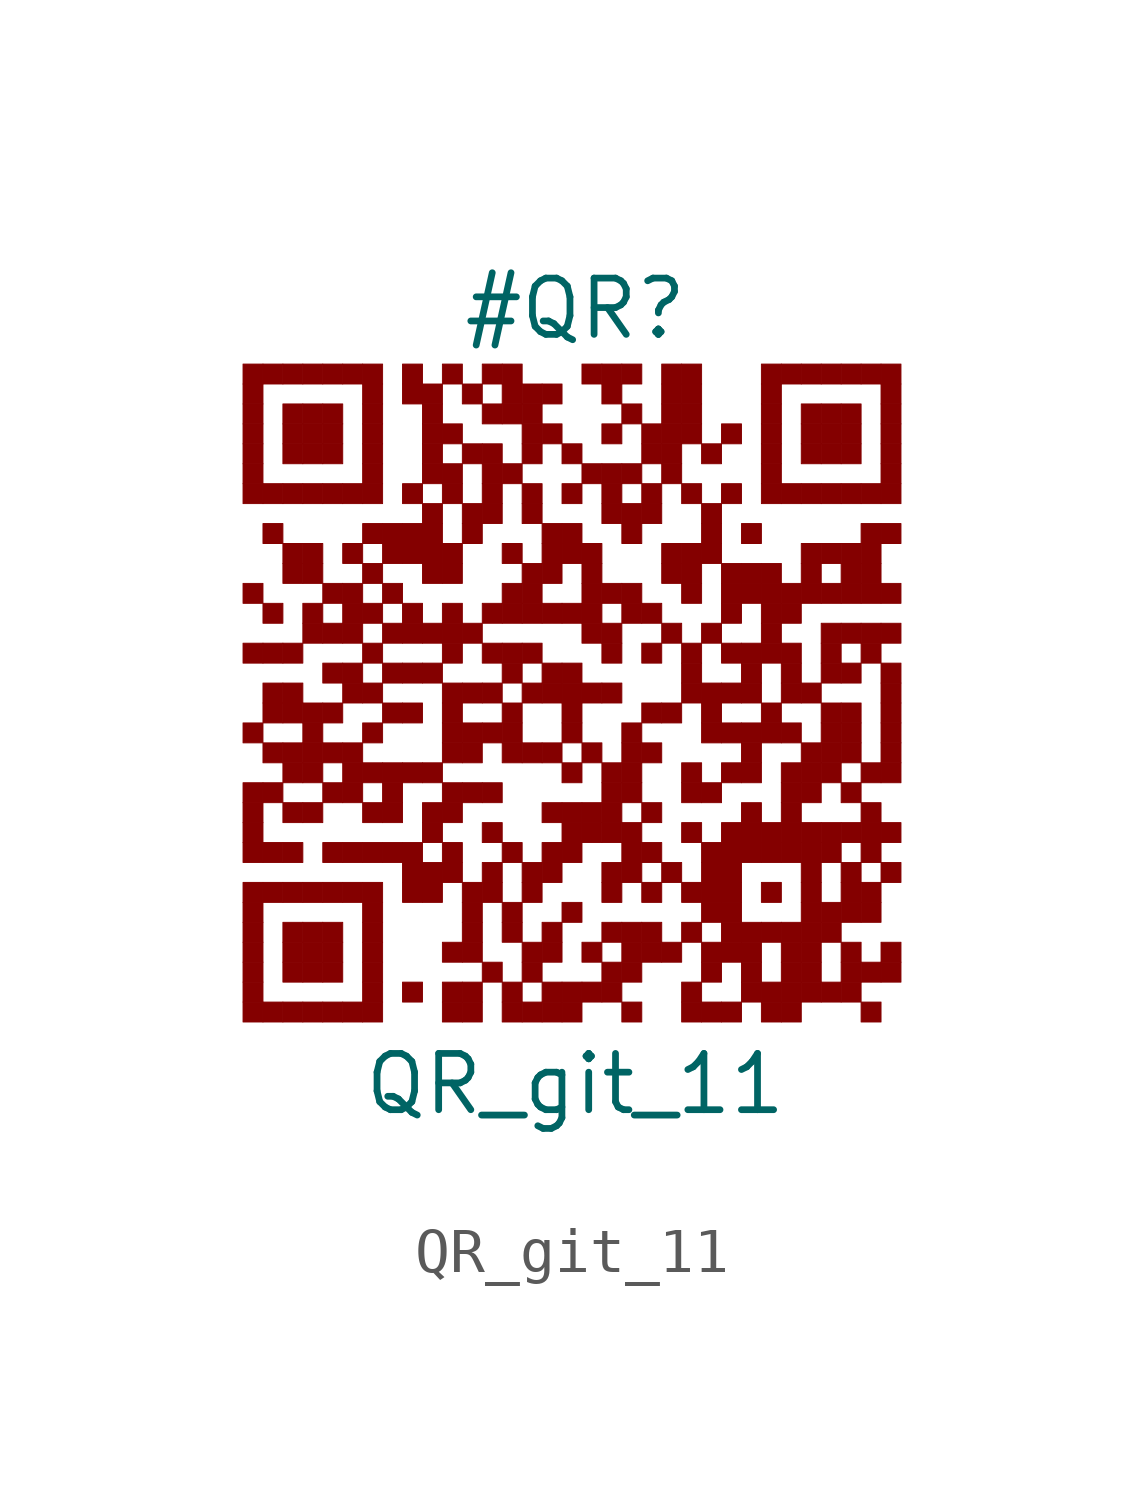
<source format=kicad_sym>
(kicad_symbol_lib
  (version 20211014)
  (generator kibot)
  (symbol "QR_git_11"
    (pin_numbers hide)
    (pin_names hide)
    (property "Reference" "#QR"
      (at 0 8.75 0))
    (property "Value" "QR_git_11"
      (at 0 -8.75 0))
    (rectangle
      (start -7.5 7.5)
      (end -7.05 7.05)
      (stroke (width 0.001) (type default))
      (fill (type outline)))
    (rectangle
      (start -7.05 7.5)
      (end -6.6 7.05)
      (stroke (width 0.001) (type default))
      (fill (type outline)))
    (rectangle
      (start -6.6 7.5)
      (end -6.15 7.05)
      (stroke (width 0.001) (type default))
      (fill (type outline)))
    (rectangle
      (start -6.15 7.5)
      (end -5.7 7.05)
      (stroke (width 0.001) (type default))
      (fill (type outline)))
    (rectangle
      (start -5.7 7.5)
      (end -5.25 7.05)
      (stroke (width 0.001) (type default))
      (fill (type outline)))
    (rectangle
      (start -5.25 7.5)
      (end -4.8 7.05)
      (stroke (width 0.001) (type default))
      (fill (type outline)))
    (rectangle
      (start -4.8 7.5)
      (end -4.35 7.05)
      (stroke (width 0.001) (type default))
      (fill (type outline)))
    (rectangle
      (start -3.9 7.5)
      (end -3.45 7.05)
      (stroke (width 0.001) (type default))
      (fill (type outline)))
    (rectangle
      (start -3.0 7.5)
      (end -2.55 7.05)
      (stroke (width 0.001) (type default))
      (fill (type outline)))
    (rectangle
      (start -2.1 7.5)
      (end -1.65 7.05)
      (stroke (width 0.001) (type default))
      (fill (type outline)))
    (rectangle
      (start -1.65 7.5)
      (end -1.2 7.05)
      (stroke (width 0.001) (type default))
      (fill (type outline)))
    (rectangle
      (start 0.15 7.5)
      (end 0.6 7.05)
      (stroke (width 0.001) (type default))
      (fill (type outline)))
    (rectangle
      (start 0.6 7.5)
      (end 1.05 7.05)
      (stroke (width 0.001) (type default))
      (fill (type outline)))
    (rectangle
      (start 1.05 7.5)
      (end 1.5 7.05)
      (stroke (width 0.001) (type default))
      (fill (type outline)))
    (rectangle
      (start 1.95 7.5)
      (end 2.4 7.05)
      (stroke (width 0.001) (type default))
      (fill (type outline)))
    (rectangle
      (start 2.4 7.5)
      (end 2.85 7.05)
      (stroke (width 0.001) (type default))
      (fill (type outline)))
    (rectangle
      (start 4.2 7.5)
      (end 4.65 7.05)
      (stroke (width 0.001) (type default))
      (fill (type outline)))
    (rectangle
      (start 4.65 7.5)
      (end 5.1 7.05)
      (stroke (width 0.001) (type default))
      (fill (type outline)))
    (rectangle
      (start 5.1 7.5)
      (end 5.55 7.05)
      (stroke (width 0.001) (type default))
      (fill (type outline)))
    (rectangle
      (start 5.55 7.5)
      (end 6.0 7.05)
      (stroke (width 0.001) (type default))
      (fill (type outline)))
    (rectangle
      (start 6.0 7.5)
      (end 6.45 7.05)
      (stroke (width 0.001) (type default))
      (fill (type outline)))
    (rectangle
      (start 6.45 7.5)
      (end 6.9 7.05)
      (stroke (width 0.001) (type default))
      (fill (type outline)))
    (rectangle
      (start 6.9 7.5)
      (end 7.35 7.05)
      (stroke (width 0.001) (type default))
      (fill (type outline)))
    (rectangle
      (start -7.5 7.05)
      (end -7.05 6.6)
      (stroke (width 0.001) (type default))
      (fill (type outline)))
    (rectangle
      (start -4.8 7.05)
      (end -4.35 6.6)
      (stroke (width 0.001) (type default))
      (fill (type outline)))
    (rectangle
      (start -3.9 7.05)
      (end -3.45 6.6)
      (stroke (width 0.001) (type default))
      (fill (type outline)))
    (rectangle
      (start -3.45 7.05)
      (end -3.0 6.6)
      (stroke (width 0.001) (type default))
      (fill (type outline)))
    (rectangle
      (start -2.55 7.05)
      (end -2.1 6.6)
      (stroke (width 0.001) (type default))
      (fill (type outline)))
    (rectangle
      (start -1.65 7.05)
      (end -1.2 6.6)
      (stroke (width 0.001) (type default))
      (fill (type outline)))
    (rectangle
      (start -1.2 7.05)
      (end -0.75 6.6)
      (stroke (width 0.001) (type default))
      (fill (type outline)))
    (rectangle
      (start -0.75 7.05)
      (end -0.3 6.6)
      (stroke (width 0.001) (type default))
      (fill (type outline)))
    (rectangle
      (start 0.6 7.05)
      (end 1.05 6.6)
      (stroke (width 0.001) (type default))
      (fill (type outline)))
    (rectangle
      (start 1.95 7.05)
      (end 2.4 6.6)
      (stroke (width 0.001) (type default))
      (fill (type outline)))
    (rectangle
      (start 2.4 7.05)
      (end 2.85 6.6)
      (stroke (width 0.001) (type default))
      (fill (type outline)))
    (rectangle
      (start 4.2 7.05)
      (end 4.65 6.6)
      (stroke (width 0.001) (type default))
      (fill (type outline)))
    (rectangle
      (start 6.9 7.05)
      (end 7.35 6.6)
      (stroke (width 0.001) (type default))
      (fill (type outline)))
    (rectangle
      (start -7.5 6.6)
      (end -7.05 6.15)
      (stroke (width 0.001) (type default))
      (fill (type outline)))
    (rectangle
      (start -6.6 6.6)
      (end -6.15 6.15)
      (stroke (width 0.001) (type default))
      (fill (type outline)))
    (rectangle
      (start -6.15 6.6)
      (end -5.7 6.15)
      (stroke (width 0.001) (type default))
      (fill (type outline)))
    (rectangle
      (start -5.7 6.6)
      (end -5.25 6.15)
      (stroke (width 0.001) (type default))
      (fill (type outline)))
    (rectangle
      (start -4.8 6.6)
      (end -4.35 6.15)
      (stroke (width 0.001) (type default))
      (fill (type outline)))
    (rectangle
      (start -3.45 6.6)
      (end -3.0 6.15)
      (stroke (width 0.001) (type default))
      (fill (type outline)))
    (rectangle
      (start -2.1 6.6)
      (end -1.65 6.15)
      (stroke (width 0.001) (type default))
      (fill (type outline)))
    (rectangle
      (start -1.65 6.6)
      (end -1.2 6.15)
      (stroke (width 0.001) (type default))
      (fill (type outline)))
    (rectangle
      (start -1.2 6.6)
      (end -0.75 6.15)
      (stroke (width 0.001) (type default))
      (fill (type outline)))
    (rectangle
      (start 1.05 6.6)
      (end 1.5 6.15)
      (stroke (width 0.001) (type default))
      (fill (type outline)))
    (rectangle
      (start 1.95 6.6)
      (end 2.4 6.15)
      (stroke (width 0.001) (type default))
      (fill (type outline)))
    (rectangle
      (start 2.4 6.6)
      (end 2.85 6.15)
      (stroke (width 0.001) (type default))
      (fill (type outline)))
    (rectangle
      (start 4.2 6.6)
      (end 4.65 6.15)
      (stroke (width 0.001) (type default))
      (fill (type outline)))
    (rectangle
      (start 5.1 6.6)
      (end 5.55 6.15)
      (stroke (width 0.001) (type default))
      (fill (type outline)))
    (rectangle
      (start 5.55 6.6)
      (end 6.0 6.15)
      (stroke (width 0.001) (type default))
      (fill (type outline)))
    (rectangle
      (start 6.0 6.6)
      (end 6.45 6.15)
      (stroke (width 0.001) (type default))
      (fill (type outline)))
    (rectangle
      (start 6.9 6.6)
      (end 7.35 6.15)
      (stroke (width 0.001) (type default))
      (fill (type outline)))
    (rectangle
      (start -7.5 6.15)
      (end -7.05 5.7)
      (stroke (width 0.001) (type default))
      (fill (type outline)))
    (rectangle
      (start -6.6 6.15)
      (end -6.15 5.7)
      (stroke (width 0.001) (type default))
      (fill (type outline)))
    (rectangle
      (start -6.15 6.15)
      (end -5.7 5.7)
      (stroke (width 0.001) (type default))
      (fill (type outline)))
    (rectangle
      (start -5.7 6.15)
      (end -5.25 5.7)
      (stroke (width 0.001) (type default))
      (fill (type outline)))
    (rectangle
      (start -4.8 6.15)
      (end -4.35 5.7)
      (stroke (width 0.001) (type default))
      (fill (type outline)))
    (rectangle
      (start -3.45 6.15)
      (end -3.0 5.7)
      (stroke (width 0.001) (type default))
      (fill (type outline)))
    (rectangle
      (start -3.0 6.15)
      (end -2.55 5.7)
      (stroke (width 0.001) (type default))
      (fill (type outline)))
    (rectangle
      (start -1.2 6.15)
      (end -0.75 5.7)
      (stroke (width 0.001) (type default))
      (fill (type outline)))
    (rectangle
      (start -0.75 6.15)
      (end -0.3 5.7)
      (stroke (width 0.001) (type default))
      (fill (type outline)))
    (rectangle
      (start 0.6 6.15)
      (end 1.05 5.7)
      (stroke (width 0.001) (type default))
      (fill (type outline)))
    (rectangle
      (start 1.5 6.15)
      (end 1.95 5.7)
      (stroke (width 0.001) (type default))
      (fill (type outline)))
    (rectangle
      (start 1.95 6.15)
      (end 2.4 5.7)
      (stroke (width 0.001) (type default))
      (fill (type outline)))
    (rectangle
      (start 2.4 6.15)
      (end 2.85 5.7)
      (stroke (width 0.001) (type default))
      (fill (type outline)))
    (rectangle
      (start 3.3 6.15)
      (end 3.75 5.7)
      (stroke (width 0.001) (type default))
      (fill (type outline)))
    (rectangle
      (start 4.2 6.15)
      (end 4.65 5.7)
      (stroke (width 0.001) (type default))
      (fill (type outline)))
    (rectangle
      (start 5.1 6.15)
      (end 5.55 5.7)
      (stroke (width 0.001) (type default))
      (fill (type outline)))
    (rectangle
      (start 5.55 6.15)
      (end 6.0 5.7)
      (stroke (width 0.001) (type default))
      (fill (type outline)))
    (rectangle
      (start 6.0 6.15)
      (end 6.45 5.7)
      (stroke (width 0.001) (type default))
      (fill (type outline)))
    (rectangle
      (start 6.9 6.15)
      (end 7.35 5.7)
      (stroke (width 0.001) (type default))
      (fill (type outline)))
    (rectangle
      (start -7.5 5.7)
      (end -7.05 5.25)
      (stroke (width 0.001) (type default))
      (fill (type outline)))
    (rectangle
      (start -6.6 5.7)
      (end -6.15 5.25)
      (stroke (width 0.001) (type default))
      (fill (type outline)))
    (rectangle
      (start -6.15 5.7)
      (end -5.7 5.25)
      (stroke (width 0.001) (type default))
      (fill (type outline)))
    (rectangle
      (start -5.7 5.7)
      (end -5.25 5.25)
      (stroke (width 0.001) (type default))
      (fill (type outline)))
    (rectangle
      (start -4.8 5.7)
      (end -4.35 5.25)
      (stroke (width 0.001) (type default))
      (fill (type outline)))
    (rectangle
      (start -3.45 5.7)
      (end -3.0 5.25)
      (stroke (width 0.001) (type default))
      (fill (type outline)))
    (rectangle
      (start -2.55 5.7)
      (end -2.1 5.25)
      (stroke (width 0.001) (type default))
      (fill (type outline)))
    (rectangle
      (start -2.1 5.7)
      (end -1.65 5.25)
      (stroke (width 0.001) (type default))
      (fill (type outline)))
    (rectangle
      (start -1.2 5.7)
      (end -0.75 5.25)
      (stroke (width 0.001) (type default))
      (fill (type outline)))
    (rectangle
      (start -0.3 5.7)
      (end 0.15 5.25)
      (stroke (width 0.001) (type default))
      (fill (type outline)))
    (rectangle
      (start 1.5 5.7)
      (end 1.95 5.25)
      (stroke (width 0.001) (type default))
      (fill (type outline)))
    (rectangle
      (start 1.95 5.7)
      (end 2.4 5.25)
      (stroke (width 0.001) (type default))
      (fill (type outline)))
    (rectangle
      (start 2.85 5.7)
      (end 3.3 5.25)
      (stroke (width 0.001) (type default))
      (fill (type outline)))
    (rectangle
      (start 4.2 5.7)
      (end 4.65 5.25)
      (stroke (width 0.001) (type default))
      (fill (type outline)))
    (rectangle
      (start 5.1 5.7)
      (end 5.55 5.25)
      (stroke (width 0.001) (type default))
      (fill (type outline)))
    (rectangle
      (start 5.55 5.7)
      (end 6.0 5.25)
      (stroke (width 0.001) (type default))
      (fill (type outline)))
    (rectangle
      (start 6.0 5.7)
      (end 6.45 5.25)
      (stroke (width 0.001) (type default))
      (fill (type outline)))
    (rectangle
      (start 6.9 5.7)
      (end 7.35 5.25)
      (stroke (width 0.001) (type default))
      (fill (type outline)))
    (rectangle
      (start -7.5 5.25)
      (end -7.05 4.8)
      (stroke (width 0.001) (type default))
      (fill (type outline)))
    (rectangle
      (start -4.8 5.25)
      (end -4.35 4.8)
      (stroke (width 0.001) (type default))
      (fill (type outline)))
    (rectangle
      (start -3.45 5.25)
      (end -3.0 4.8)
      (stroke (width 0.001) (type default))
      (fill (type outline)))
    (rectangle
      (start -3.0 5.25)
      (end -2.55 4.8)
      (stroke (width 0.001) (type default))
      (fill (type outline)))
    (rectangle
      (start -2.1 5.25)
      (end -1.65 4.8)
      (stroke (width 0.001) (type default))
      (fill (type outline)))
    (rectangle
      (start -1.65 5.25)
      (end -1.2 4.8)
      (stroke (width 0.001) (type default))
      (fill (type outline)))
    (rectangle
      (start 0.15 5.25)
      (end 0.6 4.8)
      (stroke (width 0.001) (type default))
      (fill (type outline)))
    (rectangle
      (start 0.6 5.25)
      (end 1.05 4.8)
      (stroke (width 0.001) (type default))
      (fill (type outline)))
    (rectangle
      (start 1.05 5.25)
      (end 1.5 4.8)
      (stroke (width 0.001) (type default))
      (fill (type outline)))
    (rectangle
      (start 1.95 5.25)
      (end 2.4 4.8)
      (stroke (width 0.001) (type default))
      (fill (type outline)))
    (rectangle
      (start 4.2 5.25)
      (end 4.65 4.8)
      (stroke (width 0.001) (type default))
      (fill (type outline)))
    (rectangle
      (start 6.9 5.25)
      (end 7.35 4.8)
      (stroke (width 0.001) (type default))
      (fill (type outline)))
    (rectangle
      (start -7.5 4.8)
      (end -7.05 4.35)
      (stroke (width 0.001) (type default))
      (fill (type outline)))
    (rectangle
      (start -7.05 4.8)
      (end -6.6 4.35)
      (stroke (width 0.001) (type default))
      (fill (type outline)))
    (rectangle
      (start -6.6 4.8)
      (end -6.15 4.35)
      (stroke (width 0.001) (type default))
      (fill (type outline)))
    (rectangle
      (start -6.15 4.8)
      (end -5.7 4.35)
      (stroke (width 0.001) (type default))
      (fill (type outline)))
    (rectangle
      (start -5.7 4.8)
      (end -5.25 4.35)
      (stroke (width 0.001) (type default))
      (fill (type outline)))
    (rectangle
      (start -5.25 4.8)
      (end -4.8 4.35)
      (stroke (width 0.001) (type default))
      (fill (type outline)))
    (rectangle
      (start -4.8 4.8)
      (end -4.35 4.35)
      (stroke (width 0.001) (type default))
      (fill (type outline)))
    (rectangle
      (start -3.9 4.8)
      (end -3.45 4.35)
      (stroke (width 0.001) (type default))
      (fill (type outline)))
    (rectangle
      (start -3.0 4.8)
      (end -2.55 4.35)
      (stroke (width 0.001) (type default))
      (fill (type outline)))
    (rectangle
      (start -2.1 4.8)
      (end -1.65 4.35)
      (stroke (width 0.001) (type default))
      (fill (type outline)))
    (rectangle
      (start -1.2 4.8)
      (end -0.75 4.35)
      (stroke (width 0.001) (type default))
      (fill (type outline)))
    (rectangle
      (start -0.3 4.8)
      (end 0.15 4.35)
      (stroke (width 0.001) (type default))
      (fill (type outline)))
    (rectangle
      (start 0.6 4.8)
      (end 1.05 4.35)
      (stroke (width 0.001) (type default))
      (fill (type outline)))
    (rectangle
      (start 1.5 4.8)
      (end 1.95 4.35)
      (stroke (width 0.001) (type default))
      (fill (type outline)))
    (rectangle
      (start 2.4 4.8)
      (end 2.85 4.35)
      (stroke (width 0.001) (type default))
      (fill (type outline)))
    (rectangle
      (start 3.3 4.8)
      (end 3.75 4.35)
      (stroke (width 0.001) (type default))
      (fill (type outline)))
    (rectangle
      (start 4.2 4.8)
      (end 4.65 4.35)
      (stroke (width 0.001) (type default))
      (fill (type outline)))
    (rectangle
      (start 4.65 4.8)
      (end 5.1 4.35)
      (stroke (width 0.001) (type default))
      (fill (type outline)))
    (rectangle
      (start 5.1 4.8)
      (end 5.55 4.35)
      (stroke (width 0.001) (type default))
      (fill (type outline)))
    (rectangle
      (start 5.55 4.8)
      (end 6.0 4.35)
      (stroke (width 0.001) (type default))
      (fill (type outline)))
    (rectangle
      (start 6.0 4.8)
      (end 6.45 4.35)
      (stroke (width 0.001) (type default))
      (fill (type outline)))
    (rectangle
      (start 6.45 4.8)
      (end 6.9 4.35)
      (stroke (width 0.001) (type default))
      (fill (type outline)))
    (rectangle
      (start 6.9 4.8)
      (end 7.35 4.35)
      (stroke (width 0.001) (type default))
      (fill (type outline)))
    (rectangle
      (start -3.45 4.35)
      (end -3.0 3.9)
      (stroke (width 0.001) (type default))
      (fill (type outline)))
    (rectangle
      (start -2.55 4.35)
      (end -2.1 3.9)
      (stroke (width 0.001) (type default))
      (fill (type outline)))
    (rectangle
      (start -2.1 4.35)
      (end -1.65 3.9)
      (stroke (width 0.001) (type default))
      (fill (type outline)))
    (rectangle
      (start -1.2 4.35)
      (end -0.75 3.9)
      (stroke (width 0.001) (type default))
      (fill (type outline)))
    (rectangle
      (start 0.6 4.35)
      (end 1.05 3.9)
      (stroke (width 0.001) (type default))
      (fill (type outline)))
    (rectangle
      (start 1.05 4.35)
      (end 1.5 3.9)
      (stroke (width 0.001) (type default))
      (fill (type outline)))
    (rectangle
      (start 1.5 4.35)
      (end 1.95 3.9)
      (stroke (width 0.001) (type default))
      (fill (type outline)))
    (rectangle
      (start 2.85 4.35)
      (end 3.3 3.9)
      (stroke (width 0.001) (type default))
      (fill (type outline)))
    (rectangle
      (start -7.05 3.9)
      (end -6.6 3.45)
      (stroke (width 0.001) (type default))
      (fill (type outline)))
    (rectangle
      (start -4.8 3.9)
      (end -4.35 3.45)
      (stroke (width 0.001) (type default))
      (fill (type outline)))
    (rectangle
      (start -4.35 3.9)
      (end -3.9 3.45)
      (stroke (width 0.001) (type default))
      (fill (type outline)))
    (rectangle
      (start -3.9 3.9)
      (end -3.45 3.45)
      (stroke (width 0.001) (type default))
      (fill (type outline)))
    (rectangle
      (start -3.45 3.9)
      (end -3.0 3.45)
      (stroke (width 0.001) (type default))
      (fill (type outline)))
    (rectangle
      (start -2.55 3.9)
      (end -2.1 3.45)
      (stroke (width 0.001) (type default))
      (fill (type outline)))
    (rectangle
      (start -0.75 3.9)
      (end -0.3 3.45)
      (stroke (width 0.001) (type default))
      (fill (type outline)))
    (rectangle
      (start -0.3 3.9)
      (end 0.15 3.45)
      (stroke (width 0.001) (type default))
      (fill (type outline)))
    (rectangle
      (start 1.05 3.9)
      (end 1.5 3.45)
      (stroke (width 0.001) (type default))
      (fill (type outline)))
    (rectangle
      (start 2.85 3.9)
      (end 3.3 3.45)
      (stroke (width 0.001) (type default))
      (fill (type outline)))
    (rectangle
      (start 3.75 3.9)
      (end 4.2 3.45)
      (stroke (width 0.001) (type default))
      (fill (type outline)))
    (rectangle
      (start 6.45 3.9)
      (end 6.9 3.45)
      (stroke (width 0.001) (type default))
      (fill (type outline)))
    (rectangle
      (start 6.9 3.9)
      (end 7.35 3.45)
      (stroke (width 0.001) (type default))
      (fill (type outline)))
    (rectangle
      (start -6.6 3.45)
      (end -6.15 3.0)
      (stroke (width 0.001) (type default))
      (fill (type outline)))
    (rectangle
      (start -6.15 3.45)
      (end -5.7 3.0)
      (stroke (width 0.001) (type default))
      (fill (type outline)))
    (rectangle
      (start -5.25 3.45)
      (end -4.8 3.0)
      (stroke (width 0.001) (type default))
      (fill (type outline)))
    (rectangle
      (start -4.35 3.45)
      (end -3.9 3.0)
      (stroke (width 0.001) (type default))
      (fill (type outline)))
    (rectangle
      (start -3.9 3.45)
      (end -3.45 3.0)
      (stroke (width 0.001) (type default))
      (fill (type outline)))
    (rectangle
      (start -3.45 3.45)
      (end -3.0 3.0)
      (stroke (width 0.001) (type default))
      (fill (type outline)))
    (rectangle
      (start -3.0 3.45)
      (end -2.55 3.0)
      (stroke (width 0.001) (type default))
      (fill (type outline)))
    (rectangle
      (start -1.65 3.45)
      (end -1.2 3.0)
      (stroke (width 0.001) (type default))
      (fill (type outline)))
    (rectangle
      (start -0.75 3.45)
      (end -0.3 3.0)
      (stroke (width 0.001) (type default))
      (fill (type outline)))
    (rectangle
      (start -0.3 3.45)
      (end 0.15 3.0)
      (stroke (width 0.001) (type default))
      (fill (type outline)))
    (rectangle
      (start 0.15 3.45)
      (end 0.6 3.0)
      (stroke (width 0.001) (type default))
      (fill (type outline)))
    (rectangle
      (start 1.95 3.45)
      (end 2.4 3.0)
      (stroke (width 0.001) (type default))
      (fill (type outline)))
    (rectangle
      (start 2.4 3.45)
      (end 2.85 3.0)
      (stroke (width 0.001) (type default))
      (fill (type outline)))
    (rectangle
      (start 2.85 3.45)
      (end 3.3 3.0)
      (stroke (width 0.001) (type default))
      (fill (type outline)))
    (rectangle
      (start 5.1 3.45)
      (end 5.55 3.0)
      (stroke (width 0.001) (type default))
      (fill (type outline)))
    (rectangle
      (start 5.55 3.45)
      (end 6.0 3.0)
      (stroke (width 0.001) (type default))
      (fill (type outline)))
    (rectangle
      (start 6.0 3.45)
      (end 6.45 3.0)
      (stroke (width 0.001) (type default))
      (fill (type outline)))
    (rectangle
      (start 6.45 3.45)
      (end 6.9 3.0)
      (stroke (width 0.001) (type default))
      (fill (type outline)))
    (rectangle
      (start -6.6 3.0)
      (end -6.15 2.55)
      (stroke (width 0.001) (type default))
      (fill (type outline)))
    (rectangle
      (start -6.15 3.0)
      (end -5.7 2.55)
      (stroke (width 0.001) (type default))
      (fill (type outline)))
    (rectangle
      (start -4.8 3.0)
      (end -4.35 2.55)
      (stroke (width 0.001) (type default))
      (fill (type outline)))
    (rectangle
      (start -3.45 3.0)
      (end -3.0 2.55)
      (stroke (width 0.001) (type default))
      (fill (type outline)))
    (rectangle
      (start -3.0 3.0)
      (end -2.55 2.55)
      (stroke (width 0.001) (type default))
      (fill (type outline)))
    (rectangle
      (start -1.2 3.0)
      (end -0.75 2.55)
      (stroke (width 0.001) (type default))
      (fill (type outline)))
    (rectangle
      (start -0.75 3.0)
      (end -0.3 2.55)
      (stroke (width 0.001) (type default))
      (fill (type outline)))
    (rectangle
      (start 0.15 3.0)
      (end 0.6 2.55)
      (stroke (width 0.001) (type default))
      (fill (type outline)))
    (rectangle
      (start 1.95 3.0)
      (end 2.4 2.55)
      (stroke (width 0.001) (type default))
      (fill (type outline)))
    (rectangle
      (start 2.4 3.0)
      (end 2.85 2.55)
      (stroke (width 0.001) (type default))
      (fill (type outline)))
    (rectangle
      (start 3.3 3.0)
      (end 3.75 2.55)
      (stroke (width 0.001) (type default))
      (fill (type outline)))
    (rectangle
      (start 3.75 3.0)
      (end 4.2 2.55)
      (stroke (width 0.001) (type default))
      (fill (type outline)))
    (rectangle
      (start 4.2 3.0)
      (end 4.65 2.55)
      (stroke (width 0.001) (type default))
      (fill (type outline)))
    (rectangle
      (start 5.1 3.0)
      (end 5.55 2.55)
      (stroke (width 0.001) (type default))
      (fill (type outline)))
    (rectangle
      (start 6.0 3.0)
      (end 6.45 2.55)
      (stroke (width 0.001) (type default))
      (fill (type outline)))
    (rectangle
      (start 6.45 3.0)
      (end 6.9 2.55)
      (stroke (width 0.001) (type default))
      (fill (type outline)))
    (rectangle
      (start -7.5 2.55)
      (end -7.05 2.1)
      (stroke (width 0.001) (type default))
      (fill (type outline)))
    (rectangle
      (start -5.7 2.55)
      (end -5.25 2.1)
      (stroke (width 0.001) (type default))
      (fill (type outline)))
    (rectangle
      (start -5.25 2.55)
      (end -4.8 2.1)
      (stroke (width 0.001) (type default))
      (fill (type outline)))
    (rectangle
      (start -4.35 2.55)
      (end -3.9 2.1)
      (stroke (width 0.001) (type default))
      (fill (type outline)))
    (rectangle
      (start -1.65 2.55)
      (end -1.2 2.1)
      (stroke (width 0.001) (type default))
      (fill (type outline)))
    (rectangle
      (start -1.2 2.55)
      (end -0.75 2.1)
      (stroke (width 0.001) (type default))
      (fill (type outline)))
    (rectangle
      (start 0.15 2.55)
      (end 0.6 2.1)
      (stroke (width 0.001) (type default))
      (fill (type outline)))
    (rectangle
      (start 0.6 2.55)
      (end 1.05 2.1)
      (stroke (width 0.001) (type default))
      (fill (type outline)))
    (rectangle
      (start 1.05 2.55)
      (end 1.5 2.1)
      (stroke (width 0.001) (type default))
      (fill (type outline)))
    (rectangle
      (start 2.4 2.55)
      (end 2.85 2.1)
      (stroke (width 0.001) (type default))
      (fill (type outline)))
    (rectangle
      (start 3.3 2.55)
      (end 3.75 2.1)
      (stroke (width 0.001) (type default))
      (fill (type outline)))
    (rectangle
      (start 3.75 2.55)
      (end 4.2 2.1)
      (stroke (width 0.001) (type default))
      (fill (type outline)))
    (rectangle
      (start 4.2 2.55)
      (end 4.65 2.1)
      (stroke (width 0.001) (type default))
      (fill (type outline)))
    (rectangle
      (start 4.65 2.55)
      (end 5.1 2.1)
      (stroke (width 0.001) (type default))
      (fill (type outline)))
    (rectangle
      (start 5.1 2.55)
      (end 5.55 2.1)
      (stroke (width 0.001) (type default))
      (fill (type outline)))
    (rectangle
      (start 5.55 2.55)
      (end 6.0 2.1)
      (stroke (width 0.001) (type default))
      (fill (type outline)))
    (rectangle
      (start 6.0 2.55)
      (end 6.45 2.1)
      (stroke (width 0.001) (type default))
      (fill (type outline)))
    (rectangle
      (start 6.45 2.55)
      (end 6.9 2.1)
      (stroke (width 0.001) (type default))
      (fill (type outline)))
    (rectangle
      (start 6.9 2.55)
      (end 7.35 2.1)
      (stroke (width 0.001) (type default))
      (fill (type outline)))
    (rectangle
      (start -7.05 2.1)
      (end -6.6 1.65)
      (stroke (width 0.001) (type default))
      (fill (type outline)))
    (rectangle
      (start -6.15 2.1)
      (end -5.7 1.65)
      (stroke (width 0.001) (type default))
      (fill (type outline)))
    (rectangle
      (start -5.25 2.1)
      (end -4.8 1.65)
      (stroke (width 0.001) (type default))
      (fill (type outline)))
    (rectangle
      (start -4.8 2.1)
      (end -4.35 1.65)
      (stroke (width 0.001) (type default))
      (fill (type outline)))
    (rectangle
      (start -3.9 2.1)
      (end -3.45 1.65)
      (stroke (width 0.001) (type default))
      (fill (type outline)))
    (rectangle
      (start -3.0 2.1)
      (end -2.55 1.65)
      (stroke (width 0.001) (type default))
      (fill (type outline)))
    (rectangle
      (start -2.1 2.1)
      (end -1.65 1.65)
      (stroke (width 0.001) (type default))
      (fill (type outline)))
    (rectangle
      (start -1.65 2.1)
      (end -1.2 1.65)
      (stroke (width 0.001) (type default))
      (fill (type outline)))
    (rectangle
      (start -1.2 2.1)
      (end -0.75 1.65)
      (stroke (width 0.001) (type default))
      (fill (type outline)))
    (rectangle
      (start -0.75 2.1)
      (end -0.3 1.65)
      (stroke (width 0.001) (type default))
      (fill (type outline)))
    (rectangle
      (start -0.3 2.1)
      (end 0.15 1.65)
      (stroke (width 0.001) (type default))
      (fill (type outline)))
    (rectangle
      (start 0.15 2.1)
      (end 0.6 1.65)
      (stroke (width 0.001) (type default))
      (fill (type outline)))
    (rectangle
      (start 1.05 2.1)
      (end 1.5 1.65)
      (stroke (width 0.001) (type default))
      (fill (type outline)))
    (rectangle
      (start 1.5 2.1)
      (end 1.95 1.65)
      (stroke (width 0.001) (type default))
      (fill (type outline)))
    (rectangle
      (start 3.3 2.1)
      (end 3.75 1.65)
      (stroke (width 0.001) (type default))
      (fill (type outline)))
    (rectangle
      (start 4.2 2.1)
      (end 4.65 1.65)
      (stroke (width 0.001) (type default))
      (fill (type outline)))
    (rectangle
      (start 4.65 2.1)
      (end 5.1 1.65)
      (stroke (width 0.001) (type default))
      (fill (type outline)))
    (rectangle
      (start -6.15 1.65)
      (end -5.7 1.2)
      (stroke (width 0.001) (type default))
      (fill (type outline)))
    (rectangle
      (start -5.7 1.65)
      (end -5.25 1.2)
      (stroke (width 0.001) (type default))
      (fill (type outline)))
    (rectangle
      (start -5.25 1.65)
      (end -4.8 1.2)
      (stroke (width 0.001) (type default))
      (fill (type outline)))
    (rectangle
      (start -4.35 1.65)
      (end -3.9 1.2)
      (stroke (width 0.001) (type default))
      (fill (type outline)))
    (rectangle
      (start -3.9 1.65)
      (end -3.45 1.2)
      (stroke (width 0.001) (type default))
      (fill (type outline)))
    (rectangle
      (start -3.45 1.65)
      (end -3.0 1.2)
      (stroke (width 0.001) (type default))
      (fill (type outline)))
    (rectangle
      (start -3.0 1.65)
      (end -2.55 1.2)
      (stroke (width 0.001) (type default))
      (fill (type outline)))
    (rectangle
      (start -2.55 1.65)
      (end -2.1 1.2)
      (stroke (width 0.001) (type default))
      (fill (type outline)))
    (rectangle
      (start 0.15 1.65)
      (end 0.6 1.2)
      (stroke (width 0.001) (type default))
      (fill (type outline)))
    (rectangle
      (start 0.6 1.65)
      (end 1.05 1.2)
      (stroke (width 0.001) (type default))
      (fill (type outline)))
    (rectangle
      (start 1.95 1.65)
      (end 2.4 1.2)
      (stroke (width 0.001) (type default))
      (fill (type outline)))
    (rectangle
      (start 2.85 1.65)
      (end 3.3 1.2)
      (stroke (width 0.001) (type default))
      (fill (type outline)))
    (rectangle
      (start 4.2 1.65)
      (end 4.65 1.2)
      (stroke (width 0.001) (type default))
      (fill (type outline)))
    (rectangle
      (start 5.55 1.65)
      (end 6.0 1.2)
      (stroke (width 0.001) (type default))
      (fill (type outline)))
    (rectangle
      (start 6.0 1.65)
      (end 6.45 1.2)
      (stroke (width 0.001) (type default))
      (fill (type outline)))
    (rectangle
      (start 6.45 1.65)
      (end 6.9 1.2)
      (stroke (width 0.001) (type default))
      (fill (type outline)))
    (rectangle
      (start 6.9 1.65)
      (end 7.35 1.2)
      (stroke (width 0.001) (type default))
      (fill (type outline)))
    (rectangle
      (start -7.5 1.2)
      (end -7.05 0.75)
      (stroke (width 0.001) (type default))
      (fill (type outline)))
    (rectangle
      (start -7.05 1.2)
      (end -6.6 0.75)
      (stroke (width 0.001) (type default))
      (fill (type outline)))
    (rectangle
      (start -6.6 1.2)
      (end -6.15 0.75)
      (stroke (width 0.001) (type default))
      (fill (type outline)))
    (rectangle
      (start -4.8 1.2)
      (end -4.35 0.75)
      (stroke (width 0.001) (type default))
      (fill (type outline)))
    (rectangle
      (start -3.0 1.2)
      (end -2.55 0.75)
      (stroke (width 0.001) (type default))
      (fill (type outline)))
    (rectangle
      (start -2.1 1.2)
      (end -1.65 0.75)
      (stroke (width 0.001) (type default))
      (fill (type outline)))
    (rectangle
      (start -1.65 1.2)
      (end -1.2 0.75)
      (stroke (width 0.001) (type default))
      (fill (type outline)))
    (rectangle
      (start -1.2 1.2)
      (end -0.75 0.75)
      (stroke (width 0.001) (type default))
      (fill (type outline)))
    (rectangle
      (start 0.6 1.2)
      (end 1.05 0.75)
      (stroke (width 0.001) (type default))
      (fill (type outline)))
    (rectangle
      (start 1.5 1.2)
      (end 1.95 0.75)
      (stroke (width 0.001) (type default))
      (fill (type outline)))
    (rectangle
      (start 2.4 1.2)
      (end 2.85 0.75)
      (stroke (width 0.001) (type default))
      (fill (type outline)))
    (rectangle
      (start 3.3 1.2)
      (end 3.75 0.75)
      (stroke (width 0.001) (type default))
      (fill (type outline)))
    (rectangle
      (start 3.75 1.2)
      (end 4.2 0.75)
      (stroke (width 0.001) (type default))
      (fill (type outline)))
    (rectangle
      (start 4.2 1.2)
      (end 4.65 0.75)
      (stroke (width 0.001) (type default))
      (fill (type outline)))
    (rectangle
      (start 4.65 1.2)
      (end 5.1 0.75)
      (stroke (width 0.001) (type default))
      (fill (type outline)))
    (rectangle
      (start 5.55 1.2)
      (end 6.0 0.75)
      (stroke (width 0.001) (type default))
      (fill (type outline)))
    (rectangle
      (start 6.45 1.2)
      (end 6.9 0.75)
      (stroke (width 0.001) (type default))
      (fill (type outline)))
    (rectangle
      (start -5.7 0.75)
      (end -5.25 0.3)
      (stroke (width 0.001) (type default))
      (fill (type outline)))
    (rectangle
      (start -5.25 0.75)
      (end -4.8 0.3)
      (stroke (width 0.001) (type default))
      (fill (type outline)))
    (rectangle
      (start -4.35 0.75)
      (end -3.9 0.3)
      (stroke (width 0.001) (type default))
      (fill (type outline)))
    (rectangle
      (start -3.9 0.75)
      (end -3.45 0.3)
      (stroke (width 0.001) (type default))
      (fill (type outline)))
    (rectangle
      (start -3.45 0.75)
      (end -3.0 0.3)
      (stroke (width 0.001) (type default))
      (fill (type outline)))
    (rectangle
      (start -1.65 0.75)
      (end -1.2 0.3)
      (stroke (width 0.001) (type default))
      (fill (type outline)))
    (rectangle
      (start -0.75 0.75)
      (end -0.3 0.3)
      (stroke (width 0.001) (type default))
      (fill (type outline)))
    (rectangle
      (start -0.3 0.75)
      (end 0.15 0.3)
      (stroke (width 0.001) (type default))
      (fill (type outline)))
    (rectangle
      (start 2.4 0.75)
      (end 2.85 0.3)
      (stroke (width 0.001) (type default))
      (fill (type outline)))
    (rectangle
      (start 3.75 0.75)
      (end 4.2 0.3)
      (stroke (width 0.001) (type default))
      (fill (type outline)))
    (rectangle
      (start 4.65 0.75)
      (end 5.1 0.3)
      (stroke (width 0.001) (type default))
      (fill (type outline)))
    (rectangle
      (start 5.55 0.75)
      (end 6.0 0.3)
      (stroke (width 0.001) (type default))
      (fill (type outline)))
    (rectangle
      (start 6.0 0.75)
      (end 6.45 0.3)
      (stroke (width 0.001) (type default))
      (fill (type outline)))
    (rectangle
      (start 6.9 0.75)
      (end 7.35 0.3)
      (stroke (width 0.001) (type default))
      (fill (type outline)))
    (rectangle
      (start -7.05 0.3)
      (end -6.6 -0.15)
      (stroke (width 0.001) (type default))
      (fill (type outline)))
    (rectangle
      (start -6.6 0.3)
      (end -6.15 -0.15)
      (stroke (width 0.001) (type default))
      (fill (type outline)))
    (rectangle
      (start -5.25 0.3)
      (end -4.8 -0.15)
      (stroke (width 0.001) (type default))
      (fill (type outline)))
    (rectangle
      (start -4.8 0.3)
      (end -4.35 -0.15)
      (stroke (width 0.001) (type default))
      (fill (type outline)))
    (rectangle
      (start -3.0 0.3)
      (end -2.55 -0.15)
      (stroke (width 0.001) (type default))
      (fill (type outline)))
    (rectangle
      (start -2.55 0.3)
      (end -2.1 -0.15)
      (stroke (width 0.001) (type default))
      (fill (type outline)))
    (rectangle
      (start -2.1 0.3)
      (end -1.65 -0.15)
      (stroke (width 0.001) (type default))
      (fill (type outline)))
    (rectangle
      (start -1.2 0.3)
      (end -0.75 -0.15)
      (stroke (width 0.001) (type default))
      (fill (type outline)))
    (rectangle
      (start -0.75 0.3)
      (end -0.3 -0.15)
      (stroke (width 0.001) (type default))
      (fill (type outline)))
    (rectangle
      (start -0.3 0.3)
      (end 0.15 -0.15)
      (stroke (width 0.001) (type default))
      (fill (type outline)))
    (rectangle
      (start 0.15 0.3)
      (end 0.6 -0.15)
      (stroke (width 0.001) (type default))
      (fill (type outline)))
    (rectangle
      (start 0.6 0.3)
      (end 1.05 -0.15)
      (stroke (width 0.001) (type default))
      (fill (type outline)))
    (rectangle
      (start 2.4 0.3)
      (end 2.85 -0.15)
      (stroke (width 0.001) (type default))
      (fill (type outline)))
    (rectangle
      (start 2.85 0.3)
      (end 3.3 -0.15)
      (stroke (width 0.001) (type default))
      (fill (type outline)))
    (rectangle
      (start 3.3 0.3)
      (end 3.75 -0.15)
      (stroke (width 0.001) (type default))
      (fill (type outline)))
    (rectangle
      (start 3.75 0.3)
      (end 4.2 -0.15)
      (stroke (width 0.001) (type default))
      (fill (type outline)))
    (rectangle
      (start 4.65 0.3)
      (end 5.1 -0.15)
      (stroke (width 0.001) (type default))
      (fill (type outline)))
    (rectangle
      (start 5.1 0.3)
      (end 5.55 -0.15)
      (stroke (width 0.001) (type default))
      (fill (type outline)))
    (rectangle
      (start 6.9 0.3)
      (end 7.35 -0.15)
      (stroke (width 0.001) (type default))
      (fill (type outline)))
    (rectangle
      (start -7.05 -0.15)
      (end -6.6 -0.6)
      (stroke (width 0.001) (type default))
      (fill (type outline)))
    (rectangle
      (start -6.6 -0.15)
      (end -6.15 -0.6)
      (stroke (width 0.001) (type default))
      (fill (type outline)))
    (rectangle
      (start -6.15 -0.15)
      (end -5.7 -0.6)
      (stroke (width 0.001) (type default))
      (fill (type outline)))
    (rectangle
      (start -5.7 -0.15)
      (end -5.25 -0.6)
      (stroke (width 0.001) (type default))
      (fill (type outline)))
    (rectangle
      (start -4.35 -0.15)
      (end -3.9 -0.6)
      (stroke (width 0.001) (type default))
      (fill (type outline)))
    (rectangle
      (start -3.9 -0.15)
      (end -3.45 -0.6)
      (stroke (width 0.001) (type default))
      (fill (type outline)))
    (rectangle
      (start -3.0 -0.15)
      (end -2.55 -0.6)
      (stroke (width 0.001) (type default))
      (fill (type outline)))
    (rectangle
      (start -1.65 -0.15)
      (end -1.2 -0.6)
      (stroke (width 0.001) (type default))
      (fill (type outline)))
    (rectangle
      (start -0.3 -0.15)
      (end 0.15 -0.6)
      (stroke (width 0.001) (type default))
      (fill (type outline)))
    (rectangle
      (start 1.5 -0.15)
      (end 1.95 -0.6)
      (stroke (width 0.001) (type default))
      (fill (type outline)))
    (rectangle
      (start 1.95 -0.15)
      (end 2.4 -0.6)
      (stroke (width 0.001) (type default))
      (fill (type outline)))
    (rectangle
      (start 2.85 -0.15)
      (end 3.3 -0.6)
      (stroke (width 0.001) (type default))
      (fill (type outline)))
    (rectangle
      (start 4.2 -0.15)
      (end 4.65 -0.6)
      (stroke (width 0.001) (type default))
      (fill (type outline)))
    (rectangle
      (start 5.55 -0.15)
      (end 6.0 -0.6)
      (stroke (width 0.001) (type default))
      (fill (type outline)))
    (rectangle
      (start 6.0 -0.15)
      (end 6.45 -0.6)
      (stroke (width 0.001) (type default))
      (fill (type outline)))
    (rectangle
      (start 6.9 -0.15)
      (end 7.35 -0.6)
      (stroke (width 0.001) (type default))
      (fill (type outline)))
    (rectangle
      (start -7.5 -0.6)
      (end -7.05 -1.05)
      (stroke (width 0.001) (type default))
      (fill (type outline)))
    (rectangle
      (start -6.15 -0.6)
      (end -5.7 -1.05)
      (stroke (width 0.001) (type default))
      (fill (type outline)))
    (rectangle
      (start -4.8 -0.6)
      (end -4.35 -1.05)
      (stroke (width 0.001) (type default))
      (fill (type outline)))
    (rectangle
      (start -3.0 -0.6)
      (end -2.55 -1.05)
      (stroke (width 0.001) (type default))
      (fill (type outline)))
    (rectangle
      (start -2.55 -0.6)
      (end -2.1 -1.05)
      (stroke (width 0.001) (type default))
      (fill (type outline)))
    (rectangle
      (start -2.1 -0.6)
      (end -1.65 -1.05)
      (stroke (width 0.001) (type default))
      (fill (type outline)))
    (rectangle
      (start -1.65 -0.6)
      (end -1.2 -1.05)
      (stroke (width 0.001) (type default))
      (fill (type outline)))
    (rectangle
      (start -0.3 -0.6)
      (end 0.15 -1.05)
      (stroke (width 0.001) (type default))
      (fill (type outline)))
    (rectangle
      (start 1.05 -0.6)
      (end 1.5 -1.05)
      (stroke (width 0.001) (type default))
      (fill (type outline)))
    (rectangle
      (start 2.85 -0.6)
      (end 3.3 -1.05)
      (stroke (width 0.001) (type default))
      (fill (type outline)))
    (rectangle
      (start 3.3 -0.6)
      (end 3.75 -1.05)
      (stroke (width 0.001) (type default))
      (fill (type outline)))
    (rectangle
      (start 3.75 -0.6)
      (end 4.2 -1.05)
      (stroke (width 0.001) (type default))
      (fill (type outline)))
    (rectangle
      (start 4.2 -0.6)
      (end 4.65 -1.05)
      (stroke (width 0.001) (type default))
      (fill (type outline)))
    (rectangle
      (start 4.65 -0.6)
      (end 5.1 -1.05)
      (stroke (width 0.001) (type default))
      (fill (type outline)))
    (rectangle
      (start 5.55 -0.6)
      (end 6.0 -1.05)
      (stroke (width 0.001) (type default))
      (fill (type outline)))
    (rectangle
      (start 6.0 -0.6)
      (end 6.45 -1.05)
      (stroke (width 0.001) (type default))
      (fill (type outline)))
    (rectangle
      (start 6.9 -0.6)
      (end 7.35 -1.05)
      (stroke (width 0.001) (type default))
      (fill (type outline)))
    (rectangle
      (start -7.05 -1.05)
      (end -6.6 -1.5)
      (stroke (width 0.001) (type default))
      (fill (type outline)))
    (rectangle
      (start -6.6 -1.05)
      (end -6.15 -1.5)
      (stroke (width 0.001) (type default))
      (fill (type outline)))
    (rectangle
      (start -6.15 -1.05)
      (end -5.7 -1.5)
      (stroke (width 0.001) (type default))
      (fill (type outline)))
    (rectangle
      (start -5.7 -1.05)
      (end -5.25 -1.5)
      (stroke (width 0.001) (type default))
      (fill (type outline)))
    (rectangle
      (start -5.25 -1.05)
      (end -4.8 -1.5)
      (stroke (width 0.001) (type default))
      (fill (type outline)))
    (rectangle
      (start -3.0 -1.05)
      (end -2.55 -1.5)
      (stroke (width 0.001) (type default))
      (fill (type outline)))
    (rectangle
      (start -2.55 -1.05)
      (end -2.1 -1.5)
      (stroke (width 0.001) (type default))
      (fill (type outline)))
    (rectangle
      (start -1.65 -1.05)
      (end -1.2 -1.5)
      (stroke (width 0.001) (type default))
      (fill (type outline)))
    (rectangle
      (start -1.2 -1.05)
      (end -0.75 -1.5)
      (stroke (width 0.001) (type default))
      (fill (type outline)))
    (rectangle
      (start -0.75 -1.05)
      (end -0.3 -1.5)
      (stroke (width 0.001) (type default))
      (fill (type outline)))
    (rectangle
      (start 0.15 -1.05)
      (end 0.6 -1.5)
      (stroke (width 0.001) (type default))
      (fill (type outline)))
    (rectangle
      (start 1.05 -1.05)
      (end 1.5 -1.5)
      (stroke (width 0.001) (type default))
      (fill (type outline)))
    (rectangle
      (start 1.5 -1.05)
      (end 1.95 -1.5)
      (stroke (width 0.001) (type default))
      (fill (type outline)))
    (rectangle
      (start 3.75 -1.05)
      (end 4.2 -1.5)
      (stroke (width 0.001) (type default))
      (fill (type outline)))
    (rectangle
      (start 5.1 -1.05)
      (end 5.55 -1.5)
      (stroke (width 0.001) (type default))
      (fill (type outline)))
    (rectangle
      (start 5.55 -1.05)
      (end 6.0 -1.5)
      (stroke (width 0.001) (type default))
      (fill (type outline)))
    (rectangle
      (start 6.0 -1.05)
      (end 6.45 -1.5)
      (stroke (width 0.001) (type default))
      (fill (type outline)))
    (rectangle
      (start 6.9 -1.05)
      (end 7.35 -1.5)
      (stroke (width 0.001) (type default))
      (fill (type outline)))
    (rectangle
      (start -6.6 -1.5)
      (end -6.15 -1.95)
      (stroke (width 0.001) (type default))
      (fill (type outline)))
    (rectangle
      (start -6.15 -1.5)
      (end -5.7 -1.95)
      (stroke (width 0.001) (type default))
      (fill (type outline)))
    (rectangle
      (start -5.25 -1.5)
      (end -4.8 -1.95)
      (stroke (width 0.001) (type default))
      (fill (type outline)))
    (rectangle
      (start -4.8 -1.5)
      (end -4.35 -1.95)
      (stroke (width 0.001) (type default))
      (fill (type outline)))
    (rectangle
      (start -4.35 -1.5)
      (end -3.9 -1.95)
      (stroke (width 0.001) (type default))
      (fill (type outline)))
    (rectangle
      (start -3.9 -1.5)
      (end -3.45 -1.95)
      (stroke (width 0.001) (type default))
      (fill (type outline)))
    (rectangle
      (start -3.45 -1.5)
      (end -3.0 -1.95)
      (stroke (width 0.001) (type default))
      (fill (type outline)))
    (rectangle
      (start -0.3 -1.5)
      (end 0.15 -1.95)
      (stroke (width 0.001) (type default))
      (fill (type outline)))
    (rectangle
      (start 0.6 -1.5)
      (end 1.05 -1.95)
      (stroke (width 0.001) (type default))
      (fill (type outline)))
    (rectangle
      (start 1.05 -1.5)
      (end 1.5 -1.95)
      (stroke (width 0.001) (type default))
      (fill (type outline)))
    (rectangle
      (start 2.4 -1.5)
      (end 2.85 -1.95)
      (stroke (width 0.001) (type default))
      (fill (type outline)))
    (rectangle
      (start 3.3 -1.5)
      (end 3.75 -1.95)
      (stroke (width 0.001) (type default))
      (fill (type outline)))
    (rectangle
      (start 3.75 -1.5)
      (end 4.2 -1.95)
      (stroke (width 0.001) (type default))
      (fill (type outline)))
    (rectangle
      (start 4.65 -1.5)
      (end 5.1 -1.95)
      (stroke (width 0.001) (type default))
      (fill (type outline)))
    (rectangle
      (start 5.1 -1.5)
      (end 5.55 -1.95)
      (stroke (width 0.001) (type default))
      (fill (type outline)))
    (rectangle
      (start 5.55 -1.5)
      (end 6.0 -1.95)
      (stroke (width 0.001) (type default))
      (fill (type outline)))
    (rectangle
      (start 6.45 -1.5)
      (end 6.9 -1.95)
      (stroke (width 0.001) (type default))
      (fill (type outline)))
    (rectangle
      (start 6.9 -1.5)
      (end 7.35 -1.95)
      (stroke (width 0.001) (type default))
      (fill (type outline)))
    (rectangle
      (start -7.5 -1.95)
      (end -7.05 -2.4)
      (stroke (width 0.001) (type default))
      (fill (type outline)))
    (rectangle
      (start -7.05 -1.95)
      (end -6.6 -2.4)
      (stroke (width 0.001) (type default))
      (fill (type outline)))
    (rectangle
      (start -5.7 -1.95)
      (end -5.25 -2.4)
      (stroke (width 0.001) (type default))
      (fill (type outline)))
    (rectangle
      (start -5.25 -1.95)
      (end -4.8 -2.4)
      (stroke (width 0.001) (type default))
      (fill (type outline)))
    (rectangle
      (start -4.35 -1.95)
      (end -3.9 -2.4)
      (stroke (width 0.001) (type default))
      (fill (type outline)))
    (rectangle
      (start -3.0 -1.95)
      (end -2.55 -2.4)
      (stroke (width 0.001) (type default))
      (fill (type outline)))
    (rectangle
      (start -2.55 -1.95)
      (end -2.1 -2.4)
      (stroke (width 0.001) (type default))
      (fill (type outline)))
    (rectangle
      (start -2.1 -1.95)
      (end -1.65 -2.4)
      (stroke (width 0.001) (type default))
      (fill (type outline)))
    (rectangle
      (start 0.6 -1.95)
      (end 1.05 -2.4)
      (stroke (width 0.001) (type default))
      (fill (type outline)))
    (rectangle
      (start 1.05 -1.95)
      (end 1.5 -2.4)
      (stroke (width 0.001) (type default))
      (fill (type outline)))
    (rectangle
      (start 2.4 -1.95)
      (end 2.85 -2.4)
      (stroke (width 0.001) (type default))
      (fill (type outline)))
    (rectangle
      (start 2.85 -1.95)
      (end 3.3 -2.4)
      (stroke (width 0.001) (type default))
      (fill (type outline)))
    (rectangle
      (start 4.65 -1.95)
      (end 5.1 -2.4)
      (stroke (width 0.001) (type default))
      (fill (type outline)))
    (rectangle
      (start 5.1 -1.95)
      (end 5.55 -2.4)
      (stroke (width 0.001) (type default))
      (fill (type outline)))
    (rectangle
      (start 6.0 -1.95)
      (end 6.45 -2.4)
      (stroke (width 0.001) (type default))
      (fill (type outline)))
    (rectangle
      (start -7.5 -2.4)
      (end -7.05 -2.85)
      (stroke (width 0.001) (type default))
      (fill (type outline)))
    (rectangle
      (start -6.6 -2.4)
      (end -6.15 -2.85)
      (stroke (width 0.001) (type default))
      (fill (type outline)))
    (rectangle
      (start -6.15 -2.4)
      (end -5.7 -2.85)
      (stroke (width 0.001) (type default))
      (fill (type outline)))
    (rectangle
      (start -4.8 -2.4)
      (end -4.35 -2.85)
      (stroke (width 0.001) (type default))
      (fill (type outline)))
    (rectangle
      (start -4.35 -2.4)
      (end -3.9 -2.85)
      (stroke (width 0.001) (type default))
      (fill (type outline)))
    (rectangle
      (start -3.45 -2.4)
      (end -3.0 -2.85)
      (stroke (width 0.001) (type default))
      (fill (type outline)))
    (rectangle
      (start -3.0 -2.4)
      (end -2.55 -2.85)
      (stroke (width 0.001) (type default))
      (fill (type outline)))
    (rectangle
      (start -0.75 -2.4)
      (end -0.3 -2.85)
      (stroke (width 0.001) (type default))
      (fill (type outline)))
    (rectangle
      (start -0.3 -2.4)
      (end 0.15 -2.85)
      (stroke (width 0.001) (type default))
      (fill (type outline)))
    (rectangle
      (start 0.15 -2.4)
      (end 0.6 -2.85)
      (stroke (width 0.001) (type default))
      (fill (type outline)))
    (rectangle
      (start 0.6 -2.4)
      (end 1.05 -2.85)
      (stroke (width 0.001) (type default))
      (fill (type outline)))
    (rectangle
      (start 1.5 -2.4)
      (end 1.95 -2.85)
      (stroke (width 0.001) (type default))
      (fill (type outline)))
    (rectangle
      (start 3.75 -2.4)
      (end 4.2 -2.85)
      (stroke (width 0.001) (type default))
      (fill (type outline)))
    (rectangle
      (start 4.65 -2.4)
      (end 5.1 -2.85)
      (stroke (width 0.001) (type default))
      (fill (type outline)))
    (rectangle
      (start 6.45 -2.4)
      (end 6.9 -2.85)
      (stroke (width 0.001) (type default))
      (fill (type outline)))
    (rectangle
      (start -7.5 -2.85)
      (end -7.05 -3.3)
      (stroke (width 0.001) (type default))
      (fill (type outline)))
    (rectangle
      (start -3.45 -2.85)
      (end -3.0 -3.3)
      (stroke (width 0.001) (type default))
      (fill (type outline)))
    (rectangle
      (start -2.1 -2.85)
      (end -1.65 -3.3)
      (stroke (width 0.001) (type default))
      (fill (type outline)))
    (rectangle
      (start -0.3 -2.85)
      (end 0.15 -3.3)
      (stroke (width 0.001) (type default))
      (fill (type outline)))
    (rectangle
      (start 0.15 -2.85)
      (end 0.6 -3.3)
      (stroke (width 0.001) (type default))
      (fill (type outline)))
    (rectangle
      (start 0.6 -2.85)
      (end 1.05 -3.3)
      (stroke (width 0.001) (type default))
      (fill (type outline)))
    (rectangle
      (start 1.05 -2.85)
      (end 1.5 -3.3)
      (stroke (width 0.001) (type default))
      (fill (type outline)))
    (rectangle
      (start 2.4 -2.85)
      (end 2.85 -3.3)
      (stroke (width 0.001) (type default))
      (fill (type outline)))
    (rectangle
      (start 3.3 -2.85)
      (end 3.75 -3.3)
      (stroke (width 0.001) (type default))
      (fill (type outline)))
    (rectangle
      (start 3.75 -2.85)
      (end 4.2 -3.3)
      (stroke (width 0.001) (type default))
      (fill (type outline)))
    (rectangle
      (start 4.2 -2.85)
      (end 4.65 -3.3)
      (stroke (width 0.001) (type default))
      (fill (type outline)))
    (rectangle
      (start 4.65 -2.85)
      (end 5.1 -3.3)
      (stroke (width 0.001) (type default))
      (fill (type outline)))
    (rectangle
      (start 5.1 -2.85)
      (end 5.55 -3.3)
      (stroke (width 0.001) (type default))
      (fill (type outline)))
    (rectangle
      (start 5.55 -2.85)
      (end 6.0 -3.3)
      (stroke (width 0.001) (type default))
      (fill (type outline)))
    (rectangle
      (start 6.0 -2.85)
      (end 6.45 -3.3)
      (stroke (width 0.001) (type default))
      (fill (type outline)))
    (rectangle
      (start 6.45 -2.85)
      (end 6.9 -3.3)
      (stroke (width 0.001) (type default))
      (fill (type outline)))
    (rectangle
      (start 6.9 -2.85)
      (end 7.35 -3.3)
      (stroke (width 0.001) (type default))
      (fill (type outline)))
    (rectangle
      (start -7.5 -3.3)
      (end -7.05 -3.75)
      (stroke (width 0.001) (type default))
      (fill (type outline)))
    (rectangle
      (start -7.05 -3.3)
      (end -6.6 -3.75)
      (stroke (width 0.001) (type default))
      (fill (type outline)))
    (rectangle
      (start -6.6 -3.3)
      (end -6.15 -3.75)
      (stroke (width 0.001) (type default))
      (fill (type outline)))
    (rectangle
      (start -5.7 -3.3)
      (end -5.25 -3.75)
      (stroke (width 0.001) (type default))
      (fill (type outline)))
    (rectangle
      (start -5.25 -3.3)
      (end -4.8 -3.75)
      (stroke (width 0.001) (type default))
      (fill (type outline)))
    (rectangle
      (start -4.8 -3.3)
      (end -4.35 -3.75)
      (stroke (width 0.001) (type default))
      (fill (type outline)))
    (rectangle
      (start -4.35 -3.3)
      (end -3.9 -3.75)
      (stroke (width 0.001) (type default))
      (fill (type outline)))
    (rectangle
      (start -3.9 -3.3)
      (end -3.45 -3.75)
      (stroke (width 0.001) (type default))
      (fill (type outline)))
    (rectangle
      (start -3.0 -3.3)
      (end -2.55 -3.75)
      (stroke (width 0.001) (type default))
      (fill (type outline)))
    (rectangle
      (start -1.65 -3.3)
      (end -1.2 -3.75)
      (stroke (width 0.001) (type default))
      (fill (type outline)))
    (rectangle
      (start -0.75 -3.3)
      (end -0.3 -3.75)
      (stroke (width 0.001) (type default))
      (fill (type outline)))
    (rectangle
      (start -0.3 -3.3)
      (end 0.15 -3.75)
      (stroke (width 0.001) (type default))
      (fill (type outline)))
    (rectangle
      (start 1.05 -3.3)
      (end 1.5 -3.75)
      (stroke (width 0.001) (type default))
      (fill (type outline)))
    (rectangle
      (start 1.5 -3.3)
      (end 1.95 -3.75)
      (stroke (width 0.001) (type default))
      (fill (type outline)))
    (rectangle
      (start 2.85 -3.3)
      (end 3.3 -3.75)
      (stroke (width 0.001) (type default))
      (fill (type outline)))
    (rectangle
      (start 3.3 -3.3)
      (end 3.75 -3.75)
      (stroke (width 0.001) (type default))
      (fill (type outline)))
    (rectangle
      (start 3.75 -3.3)
      (end 4.2 -3.75)
      (stroke (width 0.001) (type default))
      (fill (type outline)))
    (rectangle
      (start 4.2 -3.3)
      (end 4.65 -3.75)
      (stroke (width 0.001) (type default))
      (fill (type outline)))
    (rectangle
      (start 4.65 -3.3)
      (end 5.1 -3.75)
      (stroke (width 0.001) (type default))
      (fill (type outline)))
    (rectangle
      (start 5.1 -3.3)
      (end 5.55 -3.75)
      (stroke (width 0.001) (type default))
      (fill (type outline)))
    (rectangle
      (start 5.55 -3.3)
      (end 6.0 -3.75)
      (stroke (width 0.001) (type default))
      (fill (type outline)))
    (rectangle
      (start 6.45 -3.3)
      (end 6.9 -3.75)
      (stroke (width 0.001) (type default))
      (fill (type outline)))
    (rectangle
      (start -3.9 -3.75)
      (end -3.45 -4.2)
      (stroke (width 0.001) (type default))
      (fill (type outline)))
    (rectangle
      (start -3.45 -3.75)
      (end -3.0 -4.2)
      (stroke (width 0.001) (type default))
      (fill (type outline)))
    (rectangle
      (start -3.0 -3.75)
      (end -2.55 -4.2)
      (stroke (width 0.001) (type default))
      (fill (type outline)))
    (rectangle
      (start -2.1 -3.75)
      (end -1.65 -4.2)
      (stroke (width 0.001) (type default))
      (fill (type outline)))
    (rectangle
      (start -1.2 -3.75)
      (end -0.75 -4.2)
      (stroke (width 0.001) (type default))
      (fill (type outline)))
    (rectangle
      (start -0.75 -3.75)
      (end -0.3 -4.2)
      (stroke (width 0.001) (type default))
      (fill (type outline)))
    (rectangle
      (start 0.6 -3.75)
      (end 1.05 -4.2)
      (stroke (width 0.001) (type default))
      (fill (type outline)))
    (rectangle
      (start 1.05 -3.75)
      (end 1.5 -4.2)
      (stroke (width 0.001) (type default))
      (fill (type outline)))
    (rectangle
      (start 1.95 -3.75)
      (end 2.4 -4.2)
      (stroke (width 0.001) (type default))
      (fill (type outline)))
    (rectangle
      (start 2.85 -3.75)
      (end 3.3 -4.2)
      (stroke (width 0.001) (type default))
      (fill (type outline)))
    (rectangle
      (start 3.3 -3.75)
      (end 3.75 -4.2)
      (stroke (width 0.001) (type default))
      (fill (type outline)))
    (rectangle
      (start 5.1 -3.75)
      (end 5.55 -4.2)
      (stroke (width 0.001) (type default))
      (fill (type outline)))
    (rectangle
      (start 6.0 -3.75)
      (end 6.45 -4.2)
      (stroke (width 0.001) (type default))
      (fill (type outline)))
    (rectangle
      (start 6.9 -3.75)
      (end 7.35 -4.2)
      (stroke (width 0.001) (type default))
      (fill (type outline)))
    (rectangle
      (start -7.5 -4.2)
      (end -7.05 -4.65)
      (stroke (width 0.001) (type default))
      (fill (type outline)))
    (rectangle
      (start -7.05 -4.2)
      (end -6.6 -4.65)
      (stroke (width 0.001) (type default))
      (fill (type outline)))
    (rectangle
      (start -6.6 -4.2)
      (end -6.15 -4.65)
      (stroke (width 0.001) (type default))
      (fill (type outline)))
    (rectangle
      (start -6.15 -4.2)
      (end -5.7 -4.65)
      (stroke (width 0.001) (type default))
      (fill (type outline)))
    (rectangle
      (start -5.7 -4.2)
      (end -5.25 -4.65)
      (stroke (width 0.001) (type default))
      (fill (type outline)))
    (rectangle
      (start -5.25 -4.2)
      (end -4.8 -4.65)
      (stroke (width 0.001) (type default))
      (fill (type outline)))
    (rectangle
      (start -4.8 -4.2)
      (end -4.35 -4.65)
      (stroke (width 0.001) (type default))
      (fill (type outline)))
    (rectangle
      (start -3.9 -4.2)
      (end -3.45 -4.65)
      (stroke (width 0.001) (type default))
      (fill (type outline)))
    (rectangle
      (start -3.45 -4.2)
      (end -3.0 -4.65)
      (stroke (width 0.001) (type default))
      (fill (type outline)))
    (rectangle
      (start -2.55 -4.2)
      (end -2.1 -4.65)
      (stroke (width 0.001) (type default))
      (fill (type outline)))
    (rectangle
      (start -2.1 -4.2)
      (end -1.65 -4.65)
      (stroke (width 0.001) (type default))
      (fill (type outline)))
    (rectangle
      (start -1.2 -4.2)
      (end -0.75 -4.65)
      (stroke (width 0.001) (type default))
      (fill (type outline)))
    (rectangle
      (start 0.6 -4.2)
      (end 1.05 -4.65)
      (stroke (width 0.001) (type default))
      (fill (type outline)))
    (rectangle
      (start 1.5 -4.2)
      (end 1.95 -4.65)
      (stroke (width 0.001) (type default))
      (fill (type outline)))
    (rectangle
      (start 2.4 -4.2)
      (end 2.85 -4.65)
      (stroke (width 0.001) (type default))
      (fill (type outline)))
    (rectangle
      (start 2.85 -4.2)
      (end 3.3 -4.65)
      (stroke (width 0.001) (type default))
      (fill (type outline)))
    (rectangle
      (start 3.3 -4.2)
      (end 3.75 -4.65)
      (stroke (width 0.001) (type default))
      (fill (type outline)))
    (rectangle
      (start 4.2 -4.2)
      (end 4.65 -4.65)
      (stroke (width 0.001) (type default))
      (fill (type outline)))
    (rectangle
      (start 5.1 -4.2)
      (end 5.55 -4.65)
      (stroke (width 0.001) (type default))
      (fill (type outline)))
    (rectangle
      (start 6.0 -4.2)
      (end 6.45 -4.65)
      (stroke (width 0.001) (type default))
      (fill (type outline)))
    (rectangle
      (start 6.45 -4.2)
      (end 6.9 -4.65)
      (stroke (width 0.001) (type default))
      (fill (type outline)))
    (rectangle
      (start -7.5 -4.65)
      (end -7.05 -5.1)
      (stroke (width 0.001) (type default))
      (fill (type outline)))
    (rectangle
      (start -4.8 -4.65)
      (end -4.35 -5.1)
      (stroke (width 0.001) (type default))
      (fill (type outline)))
    (rectangle
      (start -2.55 -4.65)
      (end -2.1 -5.1)
      (stroke (width 0.001) (type default))
      (fill (type outline)))
    (rectangle
      (start -1.65 -4.65)
      (end -1.2 -5.1)
      (stroke (width 0.001) (type default))
      (fill (type outline)))
    (rectangle
      (start -0.3 -4.65)
      (end 0.15 -5.1)
      (stroke (width 0.001) (type default))
      (fill (type outline)))
    (rectangle
      (start 2.85 -4.65)
      (end 3.3 -5.1)
      (stroke (width 0.001) (type default))
      (fill (type outline)))
    (rectangle
      (start 3.3 -4.65)
      (end 3.75 -5.1)
      (stroke (width 0.001) (type default))
      (fill (type outline)))
    (rectangle
      (start 5.1 -4.65)
      (end 5.55 -5.1)
      (stroke (width 0.001) (type default))
      (fill (type outline)))
    (rectangle
      (start 5.55 -4.65)
      (end 6.0 -5.1)
      (stroke (width 0.001) (type default))
      (fill (type outline)))
    (rectangle
      (start 6.0 -4.65)
      (end 6.45 -5.1)
      (stroke (width 0.001) (type default))
      (fill (type outline)))
    (rectangle
      (start 6.45 -4.65)
      (end 6.9 -5.1)
      (stroke (width 0.001) (type default))
      (fill (type outline)))
    (rectangle
      (start -7.5 -5.1)
      (end -7.05 -5.55)
      (stroke (width 0.001) (type default))
      (fill (type outline)))
    (rectangle
      (start -6.6 -5.1)
      (end -6.15 -5.55)
      (stroke (width 0.001) (type default))
      (fill (type outline)))
    (rectangle
      (start -6.15 -5.1)
      (end -5.7 -5.55)
      (stroke (width 0.001) (type default))
      (fill (type outline)))
    (rectangle
      (start -5.7 -5.1)
      (end -5.25 -5.55)
      (stroke (width 0.001) (type default))
      (fill (type outline)))
    (rectangle
      (start -4.8 -5.1)
      (end -4.35 -5.55)
      (stroke (width 0.001) (type default))
      (fill (type outline)))
    (rectangle
      (start -2.55 -5.1)
      (end -2.1 -5.55)
      (stroke (width 0.001) (type default))
      (fill (type outline)))
    (rectangle
      (start -1.65 -5.1)
      (end -1.2 -5.55)
      (stroke (width 0.001) (type default))
      (fill (type outline)))
    (rectangle
      (start -0.75 -5.1)
      (end -0.3 -5.55)
      (stroke (width 0.001) (type default))
      (fill (type outline)))
    (rectangle
      (start 0.6 -5.1)
      (end 1.05 -5.55)
      (stroke (width 0.001) (type default))
      (fill (type outline)))
    (rectangle
      (start 1.05 -5.1)
      (end 1.5 -5.55)
      (stroke (width 0.001) (type default))
      (fill (type outline)))
    (rectangle
      (start 1.5 -5.1)
      (end 1.95 -5.55)
      (stroke (width 0.001) (type default))
      (fill (type outline)))
    (rectangle
      (start 2.4 -5.1)
      (end 2.85 -5.55)
      (stroke (width 0.001) (type default))
      (fill (type outline)))
    (rectangle
      (start 3.3 -5.1)
      (end 3.75 -5.55)
      (stroke (width 0.001) (type default))
      (fill (type outline)))
    (rectangle
      (start 3.75 -5.1)
      (end 4.2 -5.55)
      (stroke (width 0.001) (type default))
      (fill (type outline)))
    (rectangle
      (start 4.2 -5.1)
      (end 4.65 -5.55)
      (stroke (width 0.001) (type default))
      (fill (type outline)))
    (rectangle
      (start 4.65 -5.1)
      (end 5.1 -5.55)
      (stroke (width 0.001) (type default))
      (fill (type outline)))
    (rectangle
      (start 5.1 -5.1)
      (end 5.55 -5.55)
      (stroke (width 0.001) (type default))
      (fill (type outline)))
    (rectangle
      (start 5.55 -5.1)
      (end 6.0 -5.55)
      (stroke (width 0.001) (type default))
      (fill (type outline)))
    (rectangle
      (start -7.5 -5.55)
      (end -7.05 -6.0)
      (stroke (width 0.001) (type default))
      (fill (type outline)))
    (rectangle
      (start -6.6 -5.55)
      (end -6.15 -6.0)
      (stroke (width 0.001) (type default))
      (fill (type outline)))
    (rectangle
      (start -6.15 -5.55)
      (end -5.7 -6.0)
      (stroke (width 0.001) (type default))
      (fill (type outline)))
    (rectangle
      (start -5.7 -5.55)
      (end -5.25 -6.0)
      (stroke (width 0.001) (type default))
      (fill (type outline)))
    (rectangle
      (start -4.8 -5.55)
      (end -4.35 -6.0)
      (stroke (width 0.001) (type default))
      (fill (type outline)))
    (rectangle
      (start -3.0 -5.55)
      (end -2.55 -6.0)
      (stroke (width 0.001) (type default))
      (fill (type outline)))
    (rectangle
      (start -2.55 -5.55)
      (end -2.1 -6.0)
      (stroke (width 0.001) (type default))
      (fill (type outline)))
    (rectangle
      (start -1.2 -5.55)
      (end -0.75 -6.0)
      (stroke (width 0.001) (type default))
      (fill (type outline)))
    (rectangle
      (start -0.75 -5.55)
      (end -0.3 -6.0)
      (stroke (width 0.001) (type default))
      (fill (type outline)))
    (rectangle
      (start 0.15 -5.55)
      (end 0.6 -6.0)
      (stroke (width 0.001) (type default))
      (fill (type outline)))
    (rectangle
      (start 1.05 -5.55)
      (end 1.5 -6.0)
      (stroke (width 0.001) (type default))
      (fill (type outline)))
    (rectangle
      (start 1.5 -5.55)
      (end 1.95 -6.0)
      (stroke (width 0.001) (type default))
      (fill (type outline)))
    (rectangle
      (start 1.95 -5.55)
      (end 2.4 -6.0)
      (stroke (width 0.001) (type default))
      (fill (type outline)))
    (rectangle
      (start 2.85 -5.55)
      (end 3.3 -6.0)
      (stroke (width 0.001) (type default))
      (fill (type outline)))
    (rectangle
      (start 3.3 -5.55)
      (end 3.75 -6.0)
      (stroke (width 0.001) (type default))
      (fill (type outline)))
    (rectangle
      (start 3.75 -5.55)
      (end 4.2 -6.0)
      (stroke (width 0.001) (type default))
      (fill (type outline)))
    (rectangle
      (start 4.65 -5.55)
      (end 5.1 -6.0)
      (stroke (width 0.001) (type default))
      (fill (type outline)))
    (rectangle
      (start 5.1 -5.55)
      (end 5.55 -6.0)
      (stroke (width 0.001) (type default))
      (fill (type outline)))
    (rectangle
      (start 6.0 -5.55)
      (end 6.45 -6.0)
      (stroke (width 0.001) (type default))
      (fill (type outline)))
    (rectangle
      (start 6.9 -5.55)
      (end 7.35 -6.0)
      (stroke (width 0.001) (type default))
      (fill (type outline)))
    (rectangle
      (start -7.5 -6.0)
      (end -7.05 -6.45)
      (stroke (width 0.001) (type default))
      (fill (type outline)))
    (rectangle
      (start -6.6 -6.0)
      (end -6.15 -6.45)
      (stroke (width 0.001) (type default))
      (fill (type outline)))
    (rectangle
      (start -6.15 -6.0)
      (end -5.7 -6.45)
      (stroke (width 0.001) (type default))
      (fill (type outline)))
    (rectangle
      (start -5.7 -6.0)
      (end -5.25 -6.45)
      (stroke (width 0.001) (type default))
      (fill (type outline)))
    (rectangle
      (start -4.8 -6.0)
      (end -4.35 -6.45)
      (stroke (width 0.001) (type default))
      (fill (type outline)))
    (rectangle
      (start -2.1 -6.0)
      (end -1.65 -6.45)
      (stroke (width 0.001) (type default))
      (fill (type outline)))
    (rectangle
      (start -1.2 -6.0)
      (end -0.75 -6.45)
      (stroke (width 0.001) (type default))
      (fill (type outline)))
    (rectangle
      (start 0.6 -6.0)
      (end 1.05 -6.45)
      (stroke (width 0.001) (type default))
      (fill (type outline)))
    (rectangle
      (start 1.05 -6.0)
      (end 1.5 -6.45)
      (stroke (width 0.001) (type default))
      (fill (type outline)))
    (rectangle
      (start 2.85 -6.0)
      (end 3.3 -6.45)
      (stroke (width 0.001) (type default))
      (fill (type outline)))
    (rectangle
      (start 3.75 -6.0)
      (end 4.2 -6.45)
      (stroke (width 0.001) (type default))
      (fill (type outline)))
    (rectangle
      (start 4.65 -6.0)
      (end 5.1 -6.45)
      (stroke (width 0.001) (type default))
      (fill (type outline)))
    (rectangle
      (start 5.1 -6.0)
      (end 5.55 -6.45)
      (stroke (width 0.001) (type default))
      (fill (type outline)))
    (rectangle
      (start 6.0 -6.0)
      (end 6.45 -6.45)
      (stroke (width 0.001) (type default))
      (fill (type outline)))
    (rectangle
      (start 6.45 -6.0)
      (end 6.9 -6.45)
      (stroke (width 0.001) (type default))
      (fill (type outline)))
    (rectangle
      (start 6.9 -6.0)
      (end 7.35 -6.45)
      (stroke (width 0.001) (type default))
      (fill (type outline)))
    (rectangle
      (start -7.5 -6.45)
      (end -7.05 -6.9)
      (stroke (width 0.001) (type default))
      (fill (type outline)))
    (rectangle
      (start -4.8 -6.45)
      (end -4.35 -6.9)
      (stroke (width 0.001) (type default))
      (fill (type outline)))
    (rectangle
      (start -3.9 -6.45)
      (end -3.45 -6.9)
      (stroke (width 0.001) (type default))
      (fill (type outline)))
    (rectangle
      (start -3.0 -6.45)
      (end -2.55 -6.9)
      (stroke (width 0.001) (type default))
      (fill (type outline)))
    (rectangle
      (start -2.55 -6.45)
      (end -2.1 -6.9)
      (stroke (width 0.001) (type default))
      (fill (type outline)))
    (rectangle
      (start -1.65 -6.45)
      (end -1.2 -6.9)
      (stroke (width 0.001) (type default))
      (fill (type outline)))
    (rectangle
      (start -0.75 -6.45)
      (end -0.3 -6.9)
      (stroke (width 0.001) (type default))
      (fill (type outline)))
    (rectangle
      (start -0.3 -6.45)
      (end 0.15 -6.9)
      (stroke (width 0.001) (type default))
      (fill (type outline)))
    (rectangle
      (start 0.15 -6.45)
      (end 0.6 -6.9)
      (stroke (width 0.001) (type default))
      (fill (type outline)))
    (rectangle
      (start 0.6 -6.45)
      (end 1.05 -6.9)
      (stroke (width 0.001) (type default))
      (fill (type outline)))
    (rectangle
      (start 2.4 -6.45)
      (end 2.85 -6.9)
      (stroke (width 0.001) (type default))
      (fill (type outline)))
    (rectangle
      (start 3.75 -6.45)
      (end 4.2 -6.9)
      (stroke (width 0.001) (type default))
      (fill (type outline)))
    (rectangle
      (start 4.2 -6.45)
      (end 4.65 -6.9)
      (stroke (width 0.001) (type default))
      (fill (type outline)))
    (rectangle
      (start 4.65 -6.45)
      (end 5.1 -6.9)
      (stroke (width 0.001) (type default))
      (fill (type outline)))
    (rectangle
      (start 5.1 -6.45)
      (end 5.55 -6.9)
      (stroke (width 0.001) (type default))
      (fill (type outline)))
    (rectangle
      (start 5.55 -6.45)
      (end 6.0 -6.9)
      (stroke (width 0.001) (type default))
      (fill (type outline)))
    (rectangle
      (start 6.0 -6.45)
      (end 6.45 -6.9)
      (stroke (width 0.001) (type default))
      (fill (type outline)))
    (rectangle
      (start -7.5 -6.9)
      (end -7.05 -7.35)
      (stroke (width 0.001) (type default))
      (fill (type outline)))
    (rectangle
      (start -7.05 -6.9)
      (end -6.6 -7.35)
      (stroke (width 0.001) (type default))
      (fill (type outline)))
    (rectangle
      (start -6.6 -6.9)
      (end -6.15 -7.35)
      (stroke (width 0.001) (type default))
      (fill (type outline)))
    (rectangle
      (start -6.15 -6.9)
      (end -5.7 -7.35)
      (stroke (width 0.001) (type default))
      (fill (type outline)))
    (rectangle
      (start -5.7 -6.9)
      (end -5.25 -7.35)
      (stroke (width 0.001) (type default))
      (fill (type outline)))
    (rectangle
      (start -5.25 -6.9)
      (end -4.8 -7.35)
      (stroke (width 0.001) (type default))
      (fill (type outline)))
    (rectangle
      (start -4.8 -6.9)
      (end -4.35 -7.35)
      (stroke (width 0.001) (type default))
      (fill (type outline)))
    (rectangle
      (start -3.0 -6.9)
      (end -2.55 -7.35)
      (stroke (width 0.001) (type default))
      (fill (type outline)))
    (rectangle
      (start -2.55 -6.9)
      (end -2.1 -7.35)
      (stroke (width 0.001) (type default))
      (fill (type outline)))
    (rectangle
      (start -1.65 -6.9)
      (end -1.2 -7.35)
      (stroke (width 0.001) (type default))
      (fill (type outline)))
    (rectangle
      (start -1.2 -6.9)
      (end -0.75 -7.35)
      (stroke (width 0.001) (type default))
      (fill (type outline)))
    (rectangle
      (start -0.75 -6.9)
      (end -0.3 -7.35)
      (stroke (width 0.001) (type default))
      (fill (type outline)))
    (rectangle
      (start -0.3 -6.9)
      (end 0.15 -7.35)
      (stroke (width 0.001) (type default))
      (fill (type outline)))
    (rectangle
      (start 1.05 -6.9)
      (end 1.5 -7.35)
      (stroke (width 0.001) (type default))
      (fill (type outline)))
    (rectangle
      (start 2.4 -6.9)
      (end 2.85 -7.35)
      (stroke (width 0.001) (type default))
      (fill (type outline)))
    (rectangle
      (start 2.85 -6.9)
      (end 3.3 -7.35)
      (stroke (width 0.001) (type default))
      (fill (type outline)))
    (rectangle
      (start 3.3 -6.9)
      (end 3.75 -7.35)
      (stroke (width 0.001) (type default))
      (fill (type outline)))
    (rectangle
      (start 4.2 -6.9)
      (end 4.65 -7.35)
      (stroke (width 0.001) (type default))
      (fill (type outline)))
    (rectangle
      (start 4.65 -6.9)
      (end 5.1 -7.35)
      (stroke (width 0.001) (type default))
      (fill (type outline)))
    (rectangle
      (start 6.45 -6.9)
      (end 6.9 -7.35)
      (stroke (width 0.001) (type default))
      (fill (type outline)))))
</source>
